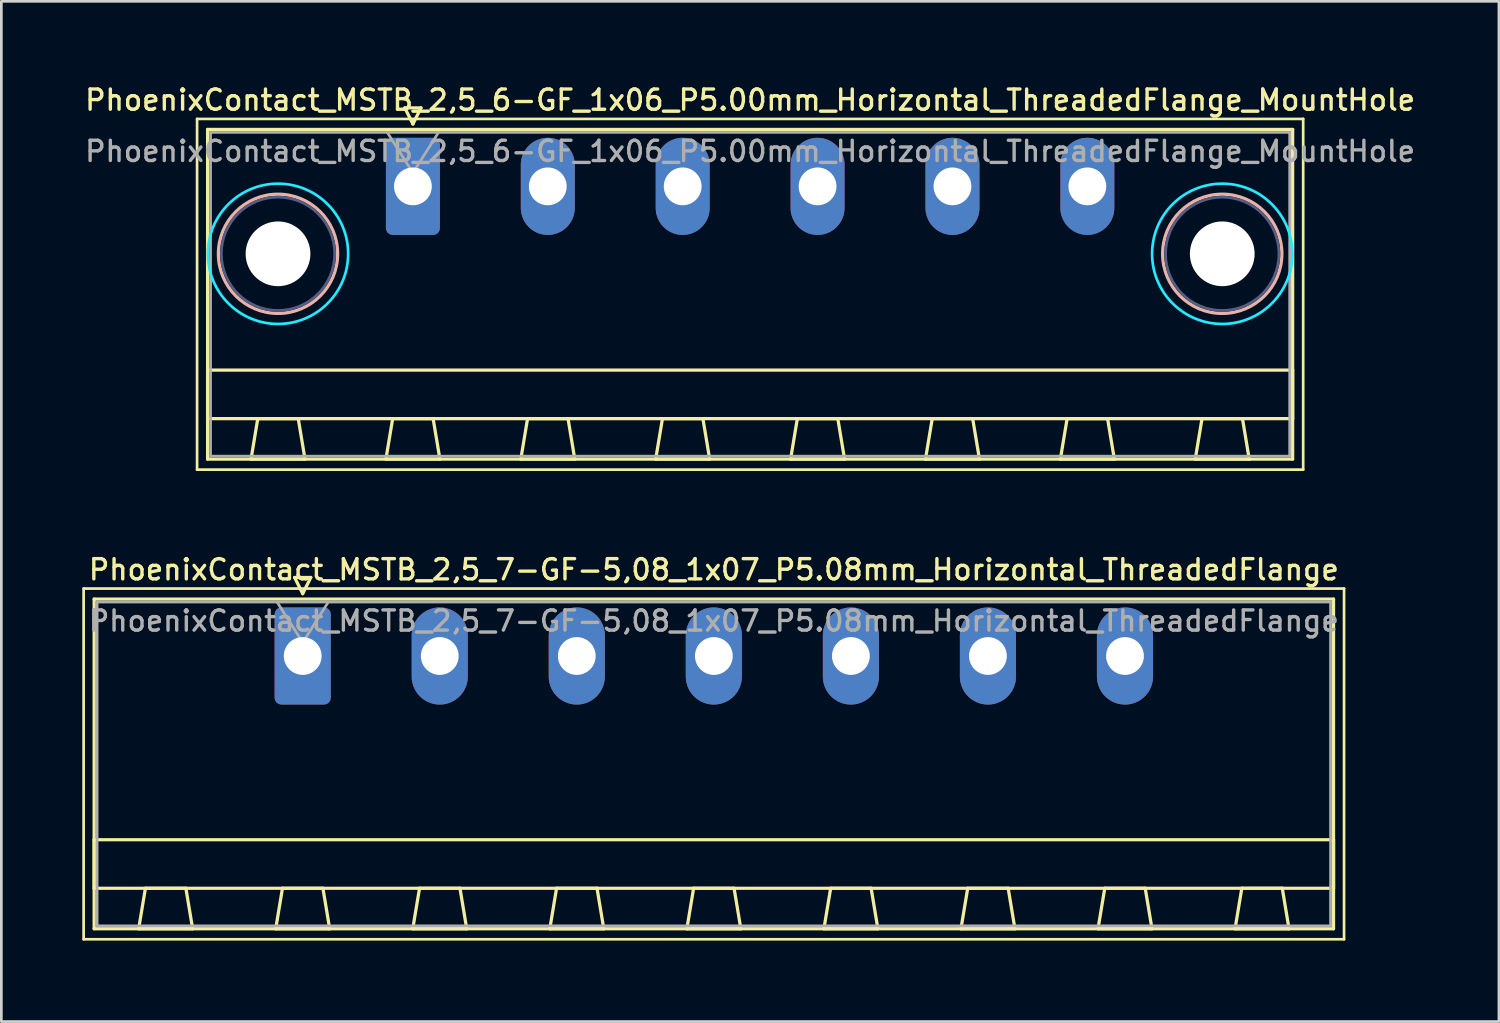
<source format=kicad_pcb>
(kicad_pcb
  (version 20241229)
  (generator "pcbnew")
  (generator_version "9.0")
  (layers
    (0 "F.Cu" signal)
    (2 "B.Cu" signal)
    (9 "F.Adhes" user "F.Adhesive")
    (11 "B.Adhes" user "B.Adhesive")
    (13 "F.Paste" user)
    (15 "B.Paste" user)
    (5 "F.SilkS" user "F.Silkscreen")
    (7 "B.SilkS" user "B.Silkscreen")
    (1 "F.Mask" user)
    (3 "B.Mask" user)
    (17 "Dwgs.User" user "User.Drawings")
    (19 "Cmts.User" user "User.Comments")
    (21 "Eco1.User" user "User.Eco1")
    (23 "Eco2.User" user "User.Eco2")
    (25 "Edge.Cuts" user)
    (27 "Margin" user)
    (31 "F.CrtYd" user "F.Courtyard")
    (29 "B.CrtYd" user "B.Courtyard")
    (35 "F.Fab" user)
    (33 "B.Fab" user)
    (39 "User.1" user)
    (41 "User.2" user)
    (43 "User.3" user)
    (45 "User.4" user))
  (footprint "PhoenixContact_MSTB_2,5_6-GF_1x06_P5.00mm_Horizontal_ThreadedFlange_MountHole"
    (layer "F.Cu")
    (at 12.255 3.858)
    (property "Reference" "PhoenixContact_MSTB_2,5_6-GF_1x06_P5.00mm_Horizontal_ThreadedFlange_MountHole" (at 12.5 -3.2 0) (layer "F.SilkS") (effects (font (size 0.75 0.75) (thickness 0.125))))
    (attr through_hole)
    (fp_line (start -8 -2.5) (end -8 10.5) (stroke (width 0.1) (type solid)) (layer "F.SilkS"))
    (fp_line (start -8 10.5) (end 33 10.5) (stroke (width 0.1) (type solid)) (layer "F.SilkS"))
    (fp_line (start -7.61 -2.11) (end -7.61 10.11) (stroke (width 0.12) (type solid)) (layer "F.SilkS"))
    (fp_line (start -7.61 6.81) (end 32.61 6.81) (stroke (width 0.12) (type solid)) (layer "F.SilkS"))
    (fp_line (start -7.61 8.61) (end -7.61 6.81) (stroke (width 0.12) (type solid)) (layer "F.SilkS"))
    (fp_line (start -7.61 10.11) (end 32.61 10.11) (stroke (width 0.12) (type solid)) (layer "F.SilkS"))
    (fp_line (start -6 10.11) (end -4 10.11) (stroke (width 0.12) (type solid)) (layer "F.SilkS"))
    (fp_line (start -5.75 8.61) (end -6 10.11) (stroke (width 0.12) (type solid)) (layer "F.SilkS"))
    (fp_line (start -4.25 8.61) (end -5.75 8.61) (stroke (width 0.12) (type solid)) (layer "F.SilkS"))
    (fp_line (start -4 10.11) (end -4.25 8.61) (stroke (width 0.12) (type solid)) (layer "F.SilkS"))
    (fp_line (start -1 10.11) (end 1 10.11) (stroke (width 0.12) (type solid)) (layer "F.SilkS"))
    (fp_line (start -0.75 8.61) (end -1 10.11) (stroke (width 0.12) (type solid)) (layer "F.SilkS"))
    (fp_line (start -0.3 -2.91) (end 0.3 -2.91) (stroke (width 0.12) (type solid)) (layer "F.SilkS"))
    (fp_line (start 0 -2.31) (end -0.3 -2.91) (stroke (width 0.12) (type solid)) (layer "F.SilkS"))
    (fp_line (start 0.3 -2.91) (end 0 -2.31) (stroke (width 0.12) (type solid)) (layer "F.SilkS"))
    (fp_line (start 0.75 8.61) (end -0.75 8.61) (stroke (width 0.12) (type solid)) (layer "F.SilkS"))
    (fp_line (start 1 10.11) (end 0.75 8.61) (stroke (width 0.12) (type solid)) (layer "F.SilkS"))
    (fp_line (start 4 10.11) (end 6 10.11) (stroke (width 0.12) (type solid)) (layer "F.SilkS"))
    (fp_line (start 4.25 8.61) (end 4 10.11) (stroke (width 0.12) (type solid)) (layer "F.SilkS"))
    (fp_line (start 5.75 8.61) (end 4.25 8.61) (stroke (width 0.12) (type solid)) (layer "F.SilkS"))
    (fp_line (start 6 10.11) (end 5.75 8.61) (stroke (width 0.12) (type solid)) (layer "F.SilkS"))
    (fp_line (start 9 10.11) (end 11 10.11) (stroke (width 0.12) (type solid)) (layer "F.SilkS"))
    (fp_line (start 9.25 8.61) (end 9 10.11) (stroke (width 0.12) (type solid)) (layer "F.SilkS"))
    (fp_line (start 10.75 8.61) (end 9.25 8.61) (stroke (width 0.12) (type solid)) (layer "F.SilkS"))
    (fp_line (start 11 10.11) (end 10.75 8.61) (stroke (width 0.12) (type solid)) (layer "F.SilkS"))
    (fp_line (start 14 10.11) (end 16 10.11) (stroke (width 0.12) (type solid)) (layer "F.SilkS"))
    (fp_line (start 14.25 8.61) (end 14 10.11) (stroke (width 0.12) (type solid)) (layer "F.SilkS"))
    (fp_line (start 15.75 8.61) (end 14.25 8.61) (stroke (width 0.12) (type solid)) (layer "F.SilkS"))
    (fp_line (start 16 10.11) (end 15.75 8.61) (stroke (width 0.12) (type solid)) (layer "F.SilkS"))
    (fp_line (start 19 10.11) (end 21 10.11) (stroke (width 0.12) (type solid)) (layer "F.SilkS"))
    (fp_line (start 19.25 8.61) (end 19 10.11) (stroke (width 0.12) (type solid)) (layer "F.SilkS"))
    (fp_line (start 20.75 8.61) (end 19.25 8.61) (stroke (width 0.12) (type solid)) (layer "F.SilkS"))
    (fp_line (start 21 10.11) (end 20.75 8.61) (stroke (width 0.12) (type solid)) (layer "F.SilkS"))
    (fp_line (start 24 10.11) (end 26 10.11) (stroke (width 0.12) (type solid)) (layer "F.SilkS"))
    (fp_line (start 24.25 8.61) (end 24 10.11) (stroke (width 0.12) (type solid)) (layer "F.SilkS"))
    (fp_line (start 25.75 8.61) (end 24.25 8.61) (stroke (width 0.12) (type solid)) (layer "F.SilkS"))
    (fp_line (start 26 10.11) (end 25.75 8.61) (stroke (width 0.12) (type solid)) (layer "F.SilkS"))
    (fp_line (start 29 10.11) (end 31 10.11) (stroke (width 0.12) (type solid)) (layer "F.SilkS"))
    (fp_line (start 29.25 8.61) (end 29 10.11) (stroke (width 0.12) (type solid)) (layer "F.SilkS"))
    (fp_line (start 30.75 8.61) (end 29.25 8.61) (stroke (width 0.12) (type solid)) (layer "F.SilkS"))
    (fp_line (start 31 10.11) (end 30.75 8.61) (stroke (width 0.12) (type solid)) (layer "F.SilkS"))
    (fp_line (start 32.61 -2.11) (end -7.61 -2.11) (stroke (width 0.12) (type solid)) (layer "F.SilkS"))
    (fp_line (start 32.61 6.81) (end 32.61 8.61) (stroke (width 0.12) (type solid)) (layer "F.SilkS"))
    (fp_line (start 32.61 8.61) (end -7.61 8.61) (stroke (width 0.12) (type solid)) (layer "F.SilkS"))
    (fp_line (start 32.61 10.11) (end 32.61 -2.11) (stroke (width 0.12) (type solid)) (layer "F.SilkS"))
    (fp_line (start 33 -2.5) (end -8 -2.5) (stroke (width 0.1) (type solid)) (layer "F.SilkS"))
    (fp_line (start 33 10.5) (end 33 -2.5) (stroke (width 0.1) (type solid)) (layer "F.SilkS"))
    (fp_circle (center -5 2.5) (end -2.79 2.5) (stroke (width 0.12) (type solid)) (fill no) (layer "B.SilkS"))
    (fp_circle (center 30 2.5) (end 32.21 2.5) (stroke (width 0.12) (type solid)) (fill no) (layer "B.SilkS"))
    (fp_circle (center -5 2.5) (end -2.4 2.5) (stroke (width 0.1) (type solid)) (fill no) (layer "B.CrtYd"))
    (fp_circle (center 30 2.5) (end 32.6 2.5) (stroke (width 0.1) (type solid)) (fill no) (layer "B.CrtYd"))
    (fp_circle (center -5 2.5) (end -2.9 2.5) (stroke (width 0.1) (type solid)) (fill no) (layer "B.Fab"))
    (fp_circle (center 30 2.5) (end 32.1 2.5) (stroke (width 0.1) (type solid)) (fill no) (layer "B.Fab"))
    (fp_line (start -7.5 -2) (end -7.5 10) (stroke (width 0.1) (type solid)) (layer "F.Fab"))
    (fp_line (start -7.5 10) (end 32.5 10) (stroke (width 0.1) (type solid)) (layer "F.Fab"))
    (fp_line (start 0 -0.5) (end -0.95 -2) (stroke (width 0.1) (type solid)) (layer "F.Fab"))
    (fp_line (start 0.95 -2) (end 0 -0.5) (stroke (width 0.1) (type solid)) (layer "F.Fab"))
    (fp_line (start 32.5 -2) (end -7.5 -2) (stroke (width 0.1) (type solid)) (layer "F.Fab"))
    (fp_line (start 32.5 10) (end 32.5 -2) (stroke (width 0.1) (type solid)) (layer "F.Fab"))
    (fp_text user "${REFERENCE}" (at 12.5 -1.3 0) (layer "F.Fab") (effects (font (size 0.75 0.75) (thickness 0.125))))
    (pad "" np_thru_hole circle (at -5 2.5) (size 2.4 2.4) (drill 2.4) (layers "*.Cu" "*.Mask"))
    (pad "" np_thru_hole circle (at 30 2.5) (size 2.4 2.4) (drill 2.4) (layers "*.Cu" "*.Mask"))
    (pad "1" thru_hole roundrect (at 0 0) (size 2 3.6) (drill 1.4) (layers "*.Cu" "*.Mask") (roundrect_rratio 0.125))
    (pad "2" thru_hole oval (at 5 0) (size 2 3.6) (drill 1.4) (layers "*.Cu" "*.Mask"))
    (pad "3" thru_hole oval (at 10 0) (size 2 3.6) (drill 1.4) (layers "*.Cu" "*.Mask"))
    (pad "4" thru_hole oval (at 15 0) (size 2 3.6) (drill 1.4) (layers "*.Cu" "*.Mask"))
    (pad "5" thru_hole oval (at 20 0) (size 2 3.6) (drill 1.4) (layers "*.Cu" "*.Mask"))
    (pad "6" thru_hole oval (at 25 0) (size 2 3.6) (drill 1.4) (layers "*.Cu" "*.Mask")))
  (footprint "PhoenixContact_MSTB_2,5_7-GF-5,08_1x07_P5.08mm_Horizontal_ThreadedFlange"
    (layer "F.Cu")
    (at 8.17 21.266)
    (property "Reference" "PhoenixContact_MSTB_2,5_7-GF-5,08_1x07_P5.08mm_Horizontal_ThreadedFlange" (at 15.24 -3.2 0) (layer "F.SilkS") (effects (font (size 0.75 0.75) (thickness 0.125))))
    (attr through_hole)
    (fp_line (start -8.12 -2.5) (end -8.12 10.5) (stroke (width 0.1) (type solid)) (layer "F.SilkS"))
    (fp_line (start -8.12 10.5) (end 38.6 10.5) (stroke (width 0.1) (type solid)) (layer "F.SilkS"))
    (fp_line (start -7.73 -2.11) (end -7.73 10.11) (stroke (width 0.12) (type solid)) (layer "F.SilkS"))
    (fp_line (start -7.73 6.81) (end 38.21 6.81) (stroke (width 0.12) (type solid)) (layer "F.SilkS"))
    (fp_line (start -7.73 8.61) (end -7.73 6.81) (stroke (width 0.12) (type solid)) (layer "F.SilkS"))
    (fp_line (start -7.73 10.11) (end 38.21 10.11) (stroke (width 0.12) (type solid)) (layer "F.SilkS"))
    (fp_line (start -6.08 10.11) (end -4.08 10.11) (stroke (width 0.12) (type solid)) (layer "F.SilkS"))
    (fp_line (start -5.83 8.61) (end -6.08 10.11) (stroke (width 0.12) (type solid)) (layer "F.SilkS"))
    (fp_line (start -4.33 8.61) (end -5.83 8.61) (stroke (width 0.12) (type solid)) (layer "F.SilkS"))
    (fp_line (start -4.08 10.11) (end -4.33 8.61) (stroke (width 0.12) (type solid)) (layer "F.SilkS"))
    (fp_line (start -1 10.11) (end 1 10.11) (stroke (width 0.12) (type solid)) (layer "F.SilkS"))
    (fp_line (start -0.75 8.61) (end -1 10.11) (stroke (width 0.12) (type solid)) (layer "F.SilkS"))
    (fp_line (start -0.3 -2.91) (end 0.3 -2.91) (stroke (width 0.12) (type solid)) (layer "F.SilkS"))
    (fp_line (start 0 -2.31) (end -0.3 -2.91) (stroke (width 0.12) (type solid)) (layer "F.SilkS"))
    (fp_line (start 0.3 -2.91) (end 0 -2.31) (stroke (width 0.12) (type solid)) (layer "F.SilkS"))
    (fp_line (start 0.75 8.61) (end -0.75 8.61) (stroke (width 0.12) (type solid)) (layer "F.SilkS"))
    (fp_line (start 1 10.11) (end 0.75 8.61) (stroke (width 0.12) (type solid)) (layer "F.SilkS"))
    (fp_line (start 4.08 10.11) (end 6.08 10.11) (stroke (width 0.12) (type solid)) (layer "F.SilkS"))
    (fp_line (start 4.33 8.61) (end 4.08 10.11) (stroke (width 0.12) (type solid)) (layer "F.SilkS"))
    (fp_line (start 5.83 8.61) (end 4.33 8.61) (stroke (width 0.12) (type solid)) (layer "F.SilkS"))
    (fp_line (start 6.08 10.11) (end 5.83 8.61) (stroke (width 0.12) (type solid)) (layer "F.SilkS"))
    (fp_line (start 9.16 10.11) (end 11.16 10.11) (stroke (width 0.12) (type solid)) (layer "F.SilkS"))
    (fp_line (start 9.41 8.61) (end 9.16 10.11) (stroke (width 0.12) (type solid)) (layer "F.SilkS"))
    (fp_line (start 10.91 8.61) (end 9.41 8.61) (stroke (width 0.12) (type solid)) (layer "F.SilkS"))
    (fp_line (start 11.16 10.11) (end 10.91 8.61) (stroke (width 0.12) (type solid)) (layer "F.SilkS"))
    (fp_line (start 14.24 10.11) (end 16.24 10.11) (stroke (width 0.12) (type solid)) (layer "F.SilkS"))
    (fp_line (start 14.49 8.61) (end 14.24 10.11) (stroke (width 0.12) (type solid)) (layer "F.SilkS"))
    (fp_line (start 15.99 8.61) (end 14.49 8.61) (stroke (width 0.12) (type solid)) (layer "F.SilkS"))
    (fp_line (start 16.24 10.11) (end 15.99 8.61) (stroke (width 0.12) (type solid)) (layer "F.SilkS"))
    (fp_line (start 19.32 10.11) (end 21.32 10.11) (stroke (width 0.12) (type solid)) (layer "F.SilkS"))
    (fp_line (start 19.57 8.61) (end 19.32 10.11) (stroke (width 0.12) (type solid)) (layer "F.SilkS"))
    (fp_line (start 21.07 8.61) (end 19.57 8.61) (stroke (width 0.12) (type solid)) (layer "F.SilkS"))
    (fp_line (start 21.32 10.11) (end 21.07 8.61) (stroke (width 0.12) (type solid)) (layer "F.SilkS"))
    (fp_line (start 24.4 10.11) (end 26.4 10.11) (stroke (width 0.12) (type solid)) (layer "F.SilkS"))
    (fp_line (start 24.65 8.61) (end 24.4 10.11) (stroke (width 0.12) (type solid)) (layer "F.SilkS"))
    (fp_line (start 26.15 8.61) (end 24.65 8.61) (stroke (width 0.12) (type solid)) (layer "F.SilkS"))
    (fp_line (start 26.4 10.11) (end 26.15 8.61) (stroke (width 0.12) (type solid)) (layer "F.SilkS"))
    (fp_line (start 29.48 10.11) (end 31.48 10.11) (stroke (width 0.12) (type solid)) (layer "F.SilkS"))
    (fp_line (start 29.73 8.61) (end 29.48 10.11) (stroke (width 0.12) (type solid)) (layer "F.SilkS"))
    (fp_line (start 31.23 8.61) (end 29.73 8.61) (stroke (width 0.12) (type solid)) (layer "F.SilkS"))
    (fp_line (start 31.48 10.11) (end 31.23 8.61) (stroke (width 0.12) (type solid)) (layer "F.SilkS"))
    (fp_line (start 34.56 10.11) (end 36.56 10.11) (stroke (width 0.12) (type solid)) (layer "F.SilkS"))
    (fp_line (start 34.81 8.61) (end 34.56 10.11) (stroke (width 0.12) (type solid)) (layer "F.SilkS"))
    (fp_line (start 36.31 8.61) (end 34.81 8.61) (stroke (width 0.12) (type solid)) (layer "F.SilkS"))
    (fp_line (start 36.56 10.11) (end 36.31 8.61) (stroke (width 0.12) (type solid)) (layer "F.SilkS"))
    (fp_line (start 38.21 -2.11) (end -7.73 -2.11) (stroke (width 0.12) (type solid)) (layer "F.SilkS"))
    (fp_line (start 38.21 6.81) (end 38.21 8.61) (stroke (width 0.12) (type solid)) (layer "F.SilkS"))
    (fp_line (start 38.21 8.61) (end -7.73 8.61) (stroke (width 0.12) (type solid)) (layer "F.SilkS"))
    (fp_line (start 38.21 10.11) (end 38.21 -2.11) (stroke (width 0.12) (type solid)) (layer "F.SilkS"))
    (fp_line (start 38.6 -2.5) (end -8.12 -2.5) (stroke (width 0.1) (type solid)) (layer "F.SilkS"))
    (fp_line (start 38.6 10.5) (end 38.6 -2.5) (stroke (width 0.1) (type solid)) (layer "F.SilkS"))
    (fp_line (start -7.62 -2) (end -7.62 10) (stroke (width 0.1) (type solid)) (layer "F.Fab"))
    (fp_line (start -7.62 10) (end 38.1 10) (stroke (width 0.1) (type solid)) (layer "F.Fab"))
    (fp_line (start 0 -0.5) (end -0.95 -2) (stroke (width 0.1) (type solid)) (layer "F.Fab"))
    (fp_line (start 0.95 -2) (end 0 -0.5) (stroke (width 0.1) (type solid)) (layer "F.Fab"))
    (fp_line (start 38.1 -2) (end -7.62 -2) (stroke (width 0.1) (type solid)) (layer "F.Fab"))
    (fp_line (start 38.1 10) (end 38.1 -2) (stroke (width 0.1) (type solid)) (layer "F.Fab"))
    (fp_text user "${REFERENCE}" (at 15.24 -1.3 0) (layer "F.Fab") (effects (font (size 0.75 0.75) (thickness 0.125))))
    (pad "1" thru_hole roundrect (at 0 0) (size 2.08 3.6) (drill 1.4) (layers "*.Cu" "*.Mask") (roundrect_rratio 0.12))
    (pad "2" thru_hole oval (at 5.08 0) (size 2.08 3.6) (drill 1.4) (layers "*.Cu" "*.Mask"))
    (pad "3" thru_hole oval (at 10.16 0) (size 2.08 3.6) (drill 1.4) (layers "*.Cu" "*.Mask"))
    (pad "4" thru_hole oval (at 15.24 0) (size 2.08 3.6) (drill 1.4) (layers "*.Cu" "*.Mask"))
    (pad "5" thru_hole oval (at 20.32 0) (size 2.08 3.6) (drill 1.4) (layers "*.Cu" "*.Mask"))
    (pad "6" thru_hole oval (at 25.4 0) (size 2.08 3.6) (drill 1.4) (layers "*.Cu" "*.Mask"))
    (pad "7" thru_hole oval (at 30.48 0) (size 2.08 3.6) (drill 1.4) (layers "*.Cu" "*.Mask")))
  (gr_rect
    (start -3 -3)
    (end 52.511 34.816)
    (stroke (width 0.1) (type default))
    (fill no)
    (layer "Edge.Cuts")))
</source>
